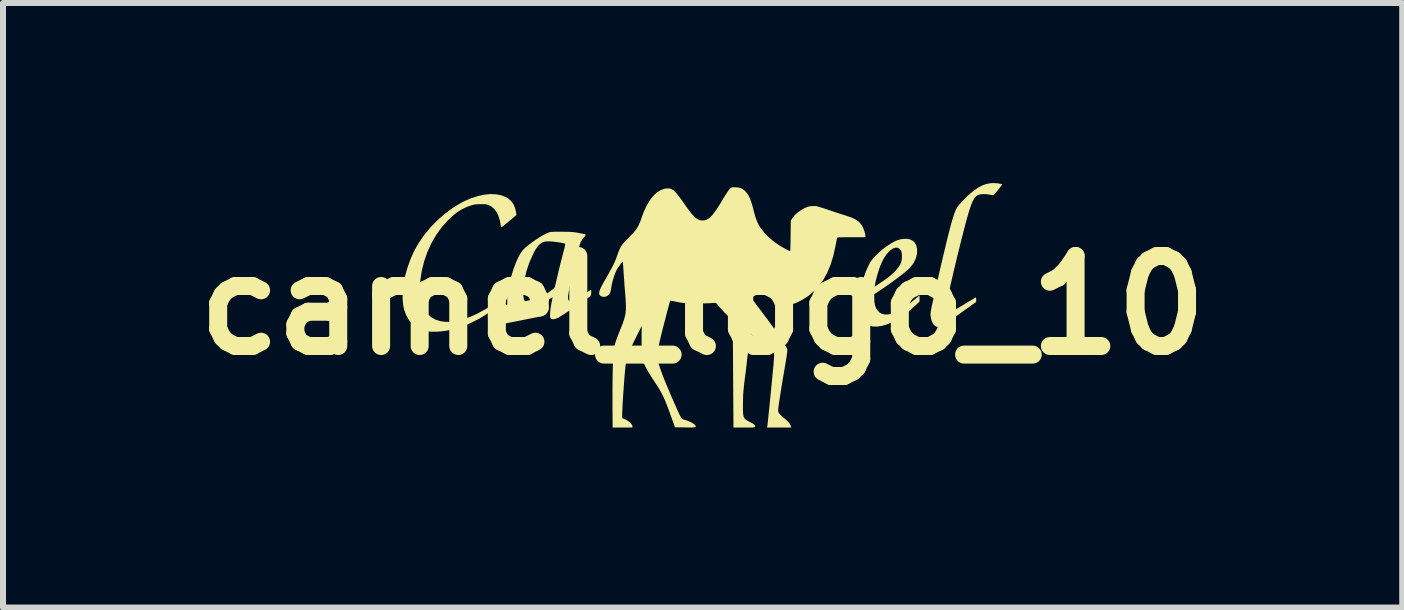
<source format=kicad_pcb>
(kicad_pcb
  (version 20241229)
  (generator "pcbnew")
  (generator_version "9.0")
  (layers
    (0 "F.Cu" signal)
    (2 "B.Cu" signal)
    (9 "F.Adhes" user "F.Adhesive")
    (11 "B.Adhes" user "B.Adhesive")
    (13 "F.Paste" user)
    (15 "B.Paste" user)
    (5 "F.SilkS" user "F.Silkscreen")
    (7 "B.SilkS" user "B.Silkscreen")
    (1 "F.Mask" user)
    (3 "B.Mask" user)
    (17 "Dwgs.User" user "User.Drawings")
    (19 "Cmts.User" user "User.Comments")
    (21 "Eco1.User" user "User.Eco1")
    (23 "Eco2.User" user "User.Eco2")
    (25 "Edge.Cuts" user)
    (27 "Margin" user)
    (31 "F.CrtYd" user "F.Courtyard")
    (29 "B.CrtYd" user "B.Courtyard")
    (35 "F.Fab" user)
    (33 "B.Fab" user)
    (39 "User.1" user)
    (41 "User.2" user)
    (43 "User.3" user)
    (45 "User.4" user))
  (footprint "camel_logo_10"
    (layer "F.Cu")
    (at 8.657 2.037)
    (property "Reference" "camel_logo_10" (at 0 0 0) (layer "F.SilkS") (effects (font (size 1.5 1.5) (thickness 0.3))))
    (attr board_only exclude_from_pos_files exclude_from_bom)
    (fp_poly (pts (xy -3.447 -1.85) (xy -3.361 -1.835) (xy -3.284 -1.806) (xy -3.242 -1.782) (xy -3.192 -1.739) (xy -3.152 -1.684) (xy -3.124 -1.618) (xy -3.108 -1.546) (xy -3.103 -1.504) (xy -3.23 -1.397) (xy -3.275 -1.36) (xy -3.308 -1.333) (xy -3.331 -1.315) (xy -3.346 -1.306) (xy -3.355 -1.302) (xy -3.359 -1.305) (xy -3.361 -1.31) (xy -3.376 -1.405) (xy -3.4 -1.485) (xy -3.431 -1.551) (xy -3.47 -1.603) (xy -3.518 -1.644) (xy -3.552 -1.663) (xy -3.576 -1.673) (xy -3.598 -1.68) (xy -3.623 -1.684) (xy -3.656 -1.685) (xy -3.696 -1.685) (xy -3.748 -1.684) (xy -3.788 -1.681) (xy -3.825 -1.674) (xy -3.856 -1.665) (xy -3.939 -1.635) (xy -4.016 -1.597) (xy -4.089 -1.551) (xy -4.163 -1.492) (xy -4.24 -1.42) (xy -4.247 -1.413) (xy -4.349 -1.298) (xy -4.44 -1.171) (xy -4.52 -1.033) (xy -4.587 -0.886) (xy -4.64 -0.732) (xy -4.68 -0.572) (xy -4.705 -0.408) (xy -4.707 -0.388) (xy -4.712 -0.265) (xy -4.705 -0.155) (xy -4.686 -0.055) (xy -4.654 0.032) (xy -4.609 0.109) (xy -4.577 0.149) (xy -4.518 0.201) (xy -4.449 0.239) (xy -4.37 0.264) (xy -4.284 0.276) (xy -4.189 0.274) (xy -4.088 0.259) (xy -3.98 0.231) (xy -3.867 0.19) (xy -3.748 0.136) (xy -3.626 0.069) (xy -3.563 0.031) (xy -3.528 0.009) (xy -3.5 -0.009) (xy -3.479 -0.021) (xy -3.471 -0.026) (xy -3.471 -0.026) (xy -3.472 -0.018) (xy -3.476 0.002) (xy -3.481 0.026) (xy -3.495 0.079) (xy -3.583 0.138) (xy -3.732 0.229) (xy -3.882 0.303) (xy -4.035 0.363) (xy -4.109 0.386) (xy -4.212 0.412) (xy -4.315 0.43) (xy -4.413 0.439) (xy -4.504 0.441) (xy -4.585 0.433) (xy -4.609 0.429) (xy -4.697 0.401) (xy -4.774 0.36) (xy -4.841 0.306) (xy -4.898 0.239) (xy -4.942 0.16) (xy -4.974 0.071) (xy -4.991 -0.013) (xy -4.999 -0.125) (xy -4.996 -0.245) (xy -4.98 -0.372) (xy -4.953 -0.503) (xy -4.916 -0.634) (xy -4.869 -0.764) (xy -4.814 -0.889) (xy -4.749 -1.008) (xy -4.729 -1.041) (xy -4.637 -1.174) (xy -4.533 -1.3) (xy -4.418 -1.418) (xy -4.295 -1.525) (xy -4.167 -1.621) (xy -4.034 -1.702) (xy -3.965 -1.738) (xy -3.854 -1.785) (xy -3.745 -1.82) (xy -3.64 -1.843) (xy -3.54 -1.853)) (stroke (width 0) (type solid)) (fill yes) (layer "F.SilkS"))
    (fp_poly (pts (xy 3.446 -1.101) (xy 3.447 -1.101) (xy 3.495 -1.08) (xy 3.533 -1.046) (xy 3.559 -1.001) (xy 3.573 -0.945) (xy 3.574 -0.881) (xy 3.571 -0.853) (xy 3.55 -0.775) (xy 3.512 -0.7) (xy 3.458 -0.63) (xy 3.455 -0.626) (xy 3.427 -0.599) (xy 3.387 -0.565) (xy 3.337 -0.524) (xy 3.279 -0.479) (xy 3.215 -0.431) (xy 3.149 -0.382) (xy 3.081 -0.334) (xy 3.014 -0.288) (xy 2.979 -0.264) (xy 2.86 -0.186) (xy 2.86 -0.12) (xy 2.863 -0.05) (xy 2.874 0.006) (xy 2.893 0.054) (xy 2.906 0.075) (xy 2.943 0.116) (xy 2.989 0.143) (xy 3.043 0.154) (xy 3.105 0.15) (xy 3.174 0.132) (xy 3.249 0.099) (xy 3.28 0.082) (xy 3.329 0.052) (xy 3.386 0.014) (xy 3.446 -0.03) (xy 3.506 -0.076) (xy 3.561 -0.121) (xy 3.564 -0.123) (xy 3.614 -0.166) (xy 3.614 -0.114) (xy 3.614 -0.062) (xy 3.538 0.009) (xy 3.441 0.094) (xy 3.344 0.169) (xy 3.248 0.232) (xy 3.156 0.282) (xy 3.067 0.32) (xy 2.982 0.344) (xy 2.904 0.355) (xy 2.833 0.352) (xy 2.793 0.343) (xy 2.732 0.315) (xy 2.682 0.274) (xy 2.643 0.22) (xy 2.616 0.153) (xy 2.604 0.093) (xy 2.599 0.02) (xy 2.602 -0.063) (xy 2.612 -0.153) (xy 2.628 -0.248) (xy 2.642 -0.31) (xy 2.867 -0.31) (xy 2.956 -0.371) (xy 2.997 -0.398) (xy 3.037 -0.426) (xy 3.072 -0.451) (xy 3.094 -0.467) (xy 3.16 -0.522) (xy 3.217 -0.578) (xy 3.263 -0.634) (xy 3.296 -0.688) (xy 3.307 -0.713) (xy 3.316 -0.748) (xy 3.321 -0.791) (xy 3.321 -0.836) (xy 3.317 -0.876) (xy 3.308 -0.905) (xy 3.308 -0.907) (xy 3.283 -0.941) (xy 3.251 -0.959) (xy 3.215 -0.961) (xy 3.175 -0.948) (xy 3.131 -0.919) (xy 3.1 -0.89) (xy 3.06 -0.844) (xy 3.026 -0.793) (xy 2.993 -0.732) (xy 2.963 -0.664) (xy 2.944 -0.613) (xy 2.924 -0.551) (xy 2.905 -0.485) (xy 2.888 -0.421) (xy 2.876 -0.364) (xy 2.873 -0.348) (xy 2.867 -0.31) (xy 2.642 -0.31) (xy 2.65 -0.345) (xy 2.677 -0.441) (xy 2.708 -0.534) (xy 2.744 -0.62) (xy 2.783 -0.699) (xy 2.792 -0.715) (xy 2.828 -0.767) (xy 2.877 -0.822) (xy 2.936 -0.879) (xy 3.001 -0.935) (xy 3.07 -0.986) (xy 3.139 -1.031) (xy 3.205 -1.067) (xy 3.233 -1.08) (xy 3.286 -1.097) (xy 3.343 -1.106) (xy 3.399 -1.108)) (stroke (width 0) (type solid)) (fill yes) (layer "F.SilkS"))
    (fp_poly (pts (xy 4.881 -2.035) (xy 4.916 -2.032) (xy 4.948 -2.027) (xy 4.974 -2.021) (xy 4.989 -2.016) (xy 4.992 -2.013) (xy 4.986 -2.005) (xy 4.972 -1.986) (xy 4.952 -1.959) (xy 4.926 -1.927) (xy 4.924 -1.925) (xy 4.898 -1.893) (xy 4.876 -1.866) (xy 4.86 -1.846) (xy 4.853 -1.837) (xy 4.853 -1.836) (xy 4.843 -1.835) (xy 4.821 -1.837) (xy 4.792 -1.842) (xy 4.73 -1.852) (xy 4.672 -1.854) (xy 4.621 -1.848) (xy 4.588 -1.838) (xy 4.565 -1.824) (xy 4.543 -1.804) (xy 4.522 -1.775) (xy 4.501 -1.737) (xy 4.48 -1.688) (xy 4.458 -1.626) (xy 4.434 -1.551) (xy 4.408 -1.46) (xy 4.402 -1.439) (xy 4.38 -1.357) (xy 4.355 -1.263) (xy 4.329 -1.159) (xy 4.3 -1.048) (xy 4.272 -0.932) (xy 4.242 -0.813) (xy 4.214 -0.695) (xy 4.186 -0.579) (xy 4.161 -0.469) (xy 4.137 -0.367) (xy 4.117 -0.275) (xy 4.1 -0.196) (xy 4.094 -0.169) (xy 4.081 -0.089) (xy 4.076 -0.024) (xy 4.08 0.026) (xy 4.092 0.061) (xy 4.113 0.081) (xy 4.129 0.085) (xy 4.151 0.086) (xy 4.176 0.081) (xy 4.205 0.07) (xy 4.241 0.053) (xy 4.287 0.027) (xy 4.334 -0.001) (xy 4.399 -0.041) (xy 4.45 -0.072) (xy 4.49 -0.095) (xy 4.518 -0.112) (xy 4.537 -0.123) (xy 4.549 -0.128) (xy 4.553 -0.13) (xy 4.556 -0.122) (xy 4.558 -0.103) (xy 4.558 -0.093) (xy 4.558 -0.056) (xy 4.312 0.119) (xy 4.229 0.179) (xy 4.158 0.228) (xy 4.098 0.269) (xy 4.05 0.301) (xy 4.01 0.326) (xy 3.979 0.344) (xy 3.955 0.356) (xy 3.937 0.362) (xy 3.926 0.364) (xy 3.903 0.359) (xy 3.879 0.348) (xy 3.877 0.347) (xy 3.849 0.322) (xy 3.826 0.283) (xy 3.809 0.235) (xy 3.799 0.182) (xy 3.798 0.17) (xy 3.797 0.157) (xy 3.798 0.143) (xy 3.799 0.126) (xy 3.802 0.104) (xy 3.806 0.078) (xy 3.812 0.045) (xy 3.82 0.005) (xy 3.831 -0.045) (xy 3.844 -0.104) (xy 3.86 -0.176) (xy 3.879 -0.26) (xy 3.901 -0.359) (xy 3.928 -0.473) (xy 3.929 -0.481) (xy 3.966 -0.642) (xy 4 -0.786) (xy 4.031 -0.916) (xy 4.058 -1.031) (xy 4.083 -1.133) (xy 4.106 -1.223) (xy 4.126 -1.302) (xy 4.145 -1.37) (xy 4.162 -1.429) (xy 4.178 -1.48) (xy 4.192 -1.522) (xy 4.206 -1.559) (xy 4.218 -1.589) (xy 4.231 -1.615) (xy 4.231 -1.616) (xy 4.252 -1.647) (xy 4.283 -1.686) (xy 4.322 -1.73) (xy 4.368 -1.777) (xy 4.416 -1.824) (xy 4.465 -1.867) (xy 4.511 -1.905) (xy 4.522 -1.914) (xy 4.596 -1.964) (xy 4.665 -2) (xy 4.733 -2.023) (xy 4.802 -2.035) (xy 4.849 -2.037)) (stroke (width 0) (type solid)) (fill yes) (layer "F.SilkS"))
    (fp_poly (pts (xy -2.353 -1.226) (xy -2.285 -1.225) (xy -2.23 -1.224) (xy -2.184 -1.222) (xy -2.144 -1.218) (xy -2.104 -1.213) (xy -2.063 -1.205) (xy -2.021 -1.197) (xy -1.986 -1.19) (xy -1.96 -1.183) (xy -1.948 -1.179) (xy -1.947 -1.179) (xy -1.949 -1.17) (xy -1.96 -1.152) (xy -1.979 -1.128) (xy -1.981 -1.126) (xy -2.003 -1.097) (xy -2.023 -1.07) (xy -2.034 -1.05) (xy -2.04 -1.031) (xy -2.05 -0.998) (xy -2.062 -0.953) (xy -2.077 -0.898) (xy -2.093 -0.835) (xy -2.11 -0.767) (xy -2.128 -0.696) (xy -2.145 -0.624) (xy -2.162 -0.554) (xy -2.177 -0.489) (xy -2.191 -0.429) (xy -2.202 -0.378) (xy -2.205 -0.36) (xy -2.22 -0.285) (xy -2.231 -0.226) (xy -2.238 -0.179) (xy -2.242 -0.143) (xy -2.242 -0.117) (xy -2.239 -0.098) (xy -2.233 -0.084) (xy -2.23 -0.079) (xy -2.218 -0.068) (xy -2.203 -0.063) (xy -2.184 -0.065) (xy -2.159 -0.074) (xy -2.125 -0.091) (xy -2.082 -0.116) (xy -2.027 -0.151) (xy -2.007 -0.165) (xy -1.962 -0.194) (xy -1.923 -0.219) (xy -1.891 -0.24) (xy -1.869 -0.254) (xy -1.858 -0.26) (xy -1.858 -0.26) (xy -1.856 -0.252) (xy -1.856 -0.232) (xy -1.856 -0.21) (xy -1.858 -0.183) (xy -1.864 -0.165) (xy -1.875 -0.15) (xy -1.897 -0.132) (xy -1.902 -0.128) (xy -1.929 -0.108) (xy -1.966 -0.082) (xy -2.012 -0.051) (xy -2.063 -0.016) (xy -2.119 0.022) (xy -2.175 0.059) (xy -2.231 0.096) (xy -2.284 0.13) (xy -2.33 0.16) (xy -2.369 0.184) (xy -2.397 0.202) (xy -2.41 0.208) (xy -2.455 0.227) (xy -2.491 0.233) (xy -2.519 0.227) (xy -2.527 0.222) (xy -2.535 0.213) (xy -2.54 0.201) (xy -2.542 0.18) (xy -2.542 0.147) (xy -2.542 0.137) (xy -2.539 0.097) (xy -2.533 0.048) (xy -2.525 -0.003) (xy -2.519 -0.035) (xy -2.511 -0.074) (xy -2.505 -0.106) (xy -2.501 -0.128) (xy -2.5 -0.136) (xy -2.507 -0.132) (xy -2.526 -0.12) (xy -2.554 -0.101) (xy -2.589 -0.076) (xy -2.614 -0.059) (xy -2.711 0.009) (xy -2.795 0.067) (xy -2.869 0.115) (xy -2.931 0.154) (xy -2.984 0.185) (xy -3.029 0.208) (xy -3.066 0.223) (xy -3.096 0.232) (xy -3.119 0.234) (xy -3.144 0.232) (xy -3.162 0.224) (xy -3.182 0.207) (xy -3.189 0.2) (xy -3.212 0.171) (xy -3.231 0.137) (xy -3.237 0.124) (xy -3.247 0.085) (xy -3.253 0.033) (xy -3.256 -0.028) (xy -3.256 -0.093) (xy -3.253 -0.159) (xy -3.249 -0.191) (xy -2.989 -0.191) (xy -2.986 -0.141) (xy -2.978 -0.103) (xy -2.965 -0.074) (xy -2.951 -0.055) (xy -2.932 -0.041) (xy -2.91 -0.035) (xy -2.882 -0.038) (xy -2.847 -0.049) (xy -2.801 -0.07) (xy -2.776 -0.082) (xy -2.73 -0.108) (xy -2.678 -0.139) (xy -2.626 -0.173) (xy -2.587 -0.2) (xy -2.543 -0.233) (xy -2.51 -0.257) (xy -2.488 -0.274) (xy -2.474 -0.287) (xy -2.466 -0.297) (xy -2.461 -0.306) (xy -2.459 -0.315) (xy -2.425 -0.461) (xy -2.395 -0.59) (xy -2.367 -0.703) (xy -2.342 -0.801) (xy -2.324 -0.869) (xy -2.307 -0.932) (xy -2.296 -0.98) (xy -2.29 -1.011) (xy -2.29 -1.026) (xy -2.291 -1.027) (xy -2.321 -1.035) (xy -2.364 -1.044) (xy -2.413 -1.051) (xy -2.464 -1.058) (xy -2.512 -1.063) (xy -2.528 -1.064) (xy -2.574 -1.065) (xy -2.607 -1.064) (xy -2.633 -1.061) (xy -2.655 -1.054) (xy -2.693 -1.034) (xy -2.728 -1.005) (xy -2.762 -0.963) (xy -2.797 -0.908) (xy -2.829 -0.845) (xy -2.891 -0.703) (xy -2.938 -0.559) (xy -2.97 -0.415) (xy -2.986 -0.275) (xy -2.987 -0.256) (xy -2.989 -0.191) (xy -3.249 -0.191) (xy -3.246 -0.221) (xy -3.229 -0.32) (xy -3.205 -0.421) (xy -3.177 -0.521) (xy -3.146 -0.618) (xy -3.112 -0.708) (xy -3.076 -0.789) (xy -3.039 -0.858) (xy -3.007 -0.907) (xy -2.98 -0.936) (xy -2.941 -0.972) (xy -2.892 -1.012) (xy -2.837 -1.053) (xy -2.779 -1.094) (xy -2.72 -1.132) (xy -2.664 -1.165) (xy -2.613 -1.192) (xy -2.589 -1.203) (xy -2.57 -1.211) (xy -2.554 -1.217) (xy -2.536 -1.221) (xy -2.514 -1.223) (xy -2.486 -1.225) (xy -2.448 -1.226) (xy -2.398 -1.226)) (stroke (width 0) (type solid)) (fill yes) (layer "F.SilkS"))
    (fp_poly (pts (xy 0.597 -1.963) (xy 0.646 -1.948) (xy 0.688 -1.922) (xy 0.714 -1.898) (xy 0.74 -1.867) (xy 0.763 -1.833) (xy 0.783 -1.794) (xy 0.802 -1.746) (xy 0.821 -1.688) (xy 0.841 -1.617) (xy 0.857 -1.552) (xy 0.882 -1.464) (xy 0.91 -1.389) (xy 0.944 -1.324) (xy 0.963 -1.294) (xy 1.028 -1.209) (xy 1.108 -1.128) (xy 1.2 -1.052) (xy 1.301 -0.984) (xy 1.393 -0.932) (xy 1.423 -0.918) (xy 1.445 -0.907) (xy 1.458 -0.901) (xy 1.459 -0.901) (xy 1.46 -0.91) (xy 1.462 -0.933) (xy 1.463 -0.97) (xy 1.464 -1.017) (xy 1.465 -1.073) (xy 1.466 -1.136) (xy 1.466 -1.155) (xy 1.469 -1.408) (xy 1.493 -1.449) (xy 1.527 -1.494) (xy 1.574 -1.539) (xy 1.632 -1.581) (xy 1.686 -1.613) (xy 1.725 -1.631) (xy 1.755 -1.643) (xy 1.785 -1.649) (xy 1.82 -1.653) (xy 1.827 -1.653) (xy 1.848 -1.654) (xy 1.867 -1.654) (xy 1.885 -1.653) (xy 1.906 -1.649) (xy 1.931 -1.643) (xy 1.964 -1.633) (xy 2.007 -1.62) (xy 2.061 -1.602) (xy 2.116 -1.583) (xy 2.179 -1.562) (xy 2.242 -1.541) (xy 2.3 -1.522) (xy 2.351 -1.506) (xy 2.392 -1.493) (xy 2.413 -1.486) (xy 2.49 -1.459) (xy 2.551 -1.429) (xy 2.6 -1.395) (xy 2.638 -1.353) (xy 2.668 -1.305) (xy 2.684 -1.268) (xy 2.698 -1.227) (xy 2.708 -1.188) (xy 2.712 -1.157) (xy 2.712 -1.155) (xy 2.712 -1.135) (xy 2.478 -1.135) (xy 2.405 -1.135) (xy 2.347 -1.134) (xy 2.303 -1.133) (xy 2.272 -1.132) (xy 2.253 -1.129) (xy 2.243 -1.126) (xy 2.241 -1.124) (xy 2.238 -1.113) (xy 2.233 -1.087) (xy 2.226 -1.05) (xy 2.217 -1.006) (xy 2.211 -0.975) (xy 2.176 -0.817) (xy 2.131 -0.674) (xy 2.077 -0.545) (xy 2.014 -0.429) (xy 1.941 -0.326) (xy 1.857 -0.236) (xy 1.763 -0.157) (xy 1.657 -0.089) (xy 1.588 -0.054) (xy 1.552 -0.038) (xy 1.524 -0.028) (xy 1.496 -0.023) (xy 1.461 -0.022) (xy 1.452 -0.022) (xy 1.41 -0.023) (xy 1.378 -0.028) (xy 1.351 -0.038) (xy 1.341 -0.042) (xy 1.29 -0.074) (xy 1.238 -0.119) (xy 1.19 -0.173) (xy 1.148 -0.231) (xy 1.128 -0.267) (xy 1.116 -0.288) (xy 1.106 -0.301) (xy 1.103 -0.303) (xy 1.094 -0.3) (xy 1.071 -0.292) (xy 1.038 -0.279) (xy 0.998 -0.264) (xy 0.974 -0.254) (xy 0.851 -0.205) (xy 0.845 -0.146) (xy 0.842 -0.109) (xy 0.844 -0.085) (xy 0.851 -0.07) (xy 0.859 -0.059) (xy 0.876 -0.036) (xy 0.9 -0.003) (xy 0.932 0.038) (xy 0.968 0.086) (xy 1.008 0.139) (xy 1.028 0.166) (xy 1.093 0.253) (xy 1.154 0.336) (xy 1.211 0.416) (xy 1.262 0.489) (xy 1.307 0.556) (xy 1.345 0.613) (xy 1.374 0.661) (xy 1.393 0.696) (xy 1.395 0.7) (xy 1.4 0.71) (xy 1.404 0.719) (xy 1.407 0.727) (xy 1.41 0.736) (xy 1.411 0.748) (xy 1.41 0.763) (xy 1.409 0.784) (xy 1.405 0.813) (xy 1.4 0.849) (xy 1.392 0.896) (xy 1.383 0.954) (xy 1.371 1.024) (xy 1.357 1.109) (xy 1.34 1.205) (xy 1.327 1.284) (xy 1.314 1.363) (xy 1.302 1.439) (xy 1.291 1.508) (xy 1.281 1.569) (xy 1.274 1.618) (xy 1.269 1.652) (xy 1.263 1.699) (xy 1.26 1.731) (xy 1.258 1.754) (xy 1.26 1.769) (xy 1.263 1.781) (xy 1.27 1.793) (xy 1.271 1.795) (xy 1.285 1.813) (xy 1.309 1.837) (xy 1.339 1.864) (xy 1.358 1.88) (xy 1.402 1.918) (xy 1.434 1.95) (xy 1.455 1.979) (xy 1.467 2.006) (xy 1.469 2.013) (xy 1.475 2.037) (xy 1.274 2.037) (xy 1.074 2.037) (xy 1.079 2.008) (xy 1.081 1.993) (xy 1.084 1.963) (xy 1.089 1.919) (xy 1.095 1.864) (xy 1.101 1.799) (xy 1.109 1.726) (xy 1.117 1.647) (xy 1.125 1.564) (xy 1.134 1.479) (xy 1.142 1.393) (xy 1.15 1.31) (xy 1.158 1.229) (xy 1.165 1.154) (xy 1.172 1.087) (xy 1.177 1.028) (xy 1.182 0.981) (xy 1.183 0.968) (xy 1.187 0.912) (xy 1.19 0.87) (xy 1.192 0.84) (xy 1.191 0.819) (xy 1.189 0.804) (xy 1.185 0.793) (xy 1.183 0.789) (xy 1.173 0.773) (xy 1.156 0.755) (xy 1.133 0.732) (xy 1.1 0.704) (xy 1.057 0.67) (xy 1.002 0.629) (xy 0.94 0.583) (xy 0.793 0.475) (xy 0.787 0.5) (xy 0.784 0.515) (xy 0.781 0.545) (xy 0.776 0.586) (xy 0.77 0.638) (xy 0.764 0.696) (xy 0.758 0.75) (xy 0.751 0.822) (xy 0.742 0.898) (xy 0.734 0.975) (xy 0.725 1.046) (xy 0.718 1.107) (xy 0.715 1.131) (xy 0.703 1.223) (xy 0.693 1.301) (xy 0.686 1.369) (xy 0.68 1.43) (xy 0.676 1.486) (xy 0.674 1.543) (xy 0.673 1.602) (xy 0.672 1.66) (xy 0.672 1.728) (xy 0.673 1.781) (xy 0.677 1.822) (xy 0.683 1.853) (xy 0.693 1.877) (xy 0.709 1.896) (xy 0.73 1.912) (xy 0.758 1.929) (xy 0.783 1.942) (xy 0.823 1.963) (xy 0.85 1.98) (xy 0.866 1.994) (xy 0.873 2.007) (xy 0.875 2.021) (xy 0.874 2.026) (xy 0.869 2.03) (xy 0.858 2.033) (xy 0.839 2.035) (xy 0.81 2.036) (xy 0.768 2.036) (xy 0.712 2.037) (xy 0.695 2.037) (xy 0.514 2.037) (xy 0.508 1.144) (xy 0.502 0.252) (xy 0.448 0.202) (xy 0.363 0.119) (xy 0.293 0.043) (xy 0.262 0.006) (xy 0.241 -0.02) (xy 0.226 -0.035) (xy 0.214 -0.041) (xy 0.199 -0.041) (xy 0.187 -0.04) (xy 0.167 -0.038) (xy 0.134 -0.036) (xy 0.09 -0.034) (xy 0.038 -0.032) (xy -0.017 -0.03) (xy -0.022 -0.029) (xy -0.121 -0.027) (xy -0.208 -0.029) (xy -0.286 -0.034) (xy -0.361 -0.044) (xy -0.436 -0.058) (xy -0.457 -0.063) (xy -0.492 -0.07) (xy -0.52 -0.075) (xy -0.537 -0.078) (xy -0.54 -0.077) (xy -0.543 -0.068) (xy -0.55 -0.044) (xy -0.56 -0.007) (xy -0.573 0.04) (xy -0.588 0.096) (xy -0.604 0.158) (xy -0.621 0.225) (xy -0.639 0.293) (xy -0.657 0.362) (xy -0.673 0.428) (xy -0.676 0.438) (xy -0.7 0.537) (xy -0.72 0.622) (xy -0.736 0.692) (xy -0.748 0.75) (xy -0.755 0.797) (xy -0.759 0.833) (xy -0.759 0.86) (xy -0.758 0.871) (xy -0.75 0.913) (xy -0.734 0.97) (xy -0.711 1.04) (xy -0.682 1.123) (xy -0.646 1.217) (xy -0.604 1.321) (xy -0.556 1.434) (xy -0.504 1.556) (xy -0.48 1.609) (xy -0.448 1.683) (xy -0.421 1.744) (xy -0.399 1.791) (xy -0.382 1.828) (xy -0.367 1.855) (xy -0.355 1.874) (xy -0.344 1.887) (xy -0.334 1.896) (xy -0.322 1.901) (xy -0.309 1.906) (xy -0.295 1.909) (xy -0.25 1.924) (xy -0.207 1.942) (xy -0.169 1.962) (xy -0.14 1.981) (xy -0.126 1.995) (xy -0.117 2.009) (xy -0.113 2.019) (xy -0.115 2.026) (xy -0.126 2.031) (xy -0.147 2.034) (xy -0.18 2.035) (xy -0.227 2.035) (xy -0.287 2.035) (xy -0.461 2.032) (xy -0.52 1.868) (xy -0.554 1.773) (xy -0.584 1.692) (xy -0.611 1.623) (xy -0.636 1.563) (xy -0.661 1.509) (xy -0.687 1.459) (xy -0.714 1.41) (xy -0.745 1.359) (xy -0.78 1.305) (xy -0.804 1.269) (xy -0.865 1.176) (xy -0.915 1.093) (xy -0.954 1.021) (xy -0.984 0.958) (xy -1.002 0.906) (xy -1.007 0.889) (xy -1.011 0.87) (xy -1.013 0.848) (xy -1.015 0.821) (xy -1.016 0.785) (xy -1.017 0.739) (xy -1.017 0.68) (xy -1.017 0.606) (xy -1.017 0.598) (xy -1.015 0.342) (xy -1.126 0.566) (xy -1.156 0.627) (xy -1.184 0.685) (xy -1.209 0.739) (xy -1.23 0.784) (xy -1.246 0.82) (xy -1.255 0.843) (xy -1.255 0.845) (xy -1.265 0.883) (xy -1.274 0.936) (xy -1.284 1.006) (xy -1.293 1.092) (xy -1.302 1.194) (xy -1.311 1.314) (xy -1.312 1.33) (xy -1.321 1.458) (xy -1.328 1.569) (xy -1.334 1.663) (xy -1.337 1.741) (xy -1.34 1.801) (xy -1.341 1.844) (xy -1.34 1.871) (xy -1.338 1.88) (xy -1.326 1.886) (xy -1.303 1.896) (xy -1.288 1.902) (xy -1.254 1.919) (xy -1.222 1.942) (xy -1.194 1.968) (xy -1.176 1.993) (xy -1.17 2.013) (xy -1.17 2.037) (xy -1.335 2.037) (xy -1.499 2.037) (xy -1.501 1.813) (xy -1.502 1.715) (xy -1.502 1.612) (xy -1.502 1.506) (xy -1.502 1.401) (xy -1.501 1.297) (xy -1.5 1.198) (xy -1.498 1.106) (xy -1.496 1.021) (xy -1.494 0.948) (xy -1.492 0.888) (xy -1.49 0.843) (xy -1.485 0.781) (xy -1.478 0.726) (xy -1.468 0.676) (xy -1.455 0.626) (xy -1.437 0.571) (xy -1.414 0.509) (xy -1.388 0.445) (xy -1.355 0.364) (xy -1.329 0.296) (xy -1.309 0.236) (xy -1.294 0.182) (xy -1.284 0.129) (xy -1.279 0.075) (xy -1.278 0.016) (xy -1.28 -0.051) (xy -1.285 -0.13) (xy -1.29 -0.191) (xy -1.296 -0.263) (xy -1.302 -0.339) (xy -1.307 -0.416) (xy -1.313 -0.487) (xy -1.317 -0.548) (xy -1.318 -0.568) (xy -1.321 -0.618) (xy -1.324 -0.661) (xy -1.327 -0.696) (xy -1.329 -0.719) (xy -1.33 -0.726) (xy -1.337 -0.722) (xy -1.351 -0.707) (xy -1.369 -0.684) (xy -1.389 -0.656) (xy -1.409 -0.627) (xy -1.426 -0.6) (xy -1.429 -0.596) (xy -1.454 -0.543) (xy -1.478 -0.478) (xy -1.499 -0.407) (xy -1.515 -0.334) (xy -1.52 -0.306) (xy -1.529 -0.253) (xy -1.539 -0.215) (xy -1.551 -0.191) (xy -1.582 -0.16) (xy -1.618 -0.143) (xy -1.656 -0.14) (xy -1.692 -0.152) (xy -1.699 -0.157) (xy -1.714 -0.17) (xy -1.723 -0.187) (xy -1.724 -0.208) (xy -1.719 -0.235) (xy -1.707 -0.27) (xy -1.686 -0.314) (xy -1.656 -0.369) (xy -1.618 -0.437) (xy -1.61 -0.451) (xy -1.564 -0.532) (xy -1.526 -0.601) (xy -1.494 -0.661) (xy -1.468 -0.716) (xy -1.447 -0.766) (xy -1.428 -0.817) (xy -1.418 -0.847) (xy -1.398 -0.901) (xy -1.378 -0.947) (xy -1.354 -0.989) (xy -1.324 -1.03) (xy -1.286 -1.074) (xy -1.237 -1.123) (xy -1.216 -1.144) (xy -1.162 -1.199) (xy -1.12 -1.248) (xy -1.086 -1.297) (xy -1.059 -1.349) (xy -1.034 -1.409) (xy -1.018 -1.456) (xy -0.976 -1.569) (xy -0.929 -1.668) (xy -0.878 -1.753) (xy -0.822 -1.824) (xy -0.763 -1.879) (xy -0.7 -1.919) (xy -0.635 -1.942) (xy -0.6 -1.947) (xy -0.569 -1.948) (xy -0.54 -1.944) (xy -0.513 -1.933) (xy -0.484 -1.915) (xy -0.454 -1.887) (xy -0.421 -1.849) (xy -0.383 -1.8) (xy -0.338 -1.738) (xy -0.305 -1.691) (xy -0.251 -1.614) (xy -0.204 -1.551) (xy -0.162 -1.502) (xy -0.124 -1.464) (xy -0.089 -1.438) (xy -0.056 -1.421) (xy -0.023 -1.414) (xy -0.005 -1.413) (xy 0.028 -1.415) (xy 0.06 -1.424) (xy 0.091 -1.44) (xy 0.123 -1.464) (xy 0.157 -1.498) (xy 0.193 -1.543) (xy 0.233 -1.6) (xy 0.278 -1.669) (xy 0.329 -1.753) (xy 0.343 -1.776) (xy 0.369 -1.819) (xy 0.396 -1.861) (xy 0.42 -1.897) (xy 0.439 -1.923) (xy 0.445 -1.929) (xy 0.463 -1.949) (xy 0.478 -1.961) (xy 0.495 -1.966) (xy 0.52 -1.967) (xy 0.536 -1.967)) (stroke (width 0) (type solid)) (fill yes) (layer "F.SilkS")))
  (gr_rect
    (start -3 -3)
    (end 20.314 7.073)
    (stroke (width 0.1) (type default))
    (fill no)
    (layer "Edge.Cuts")))
</source>
